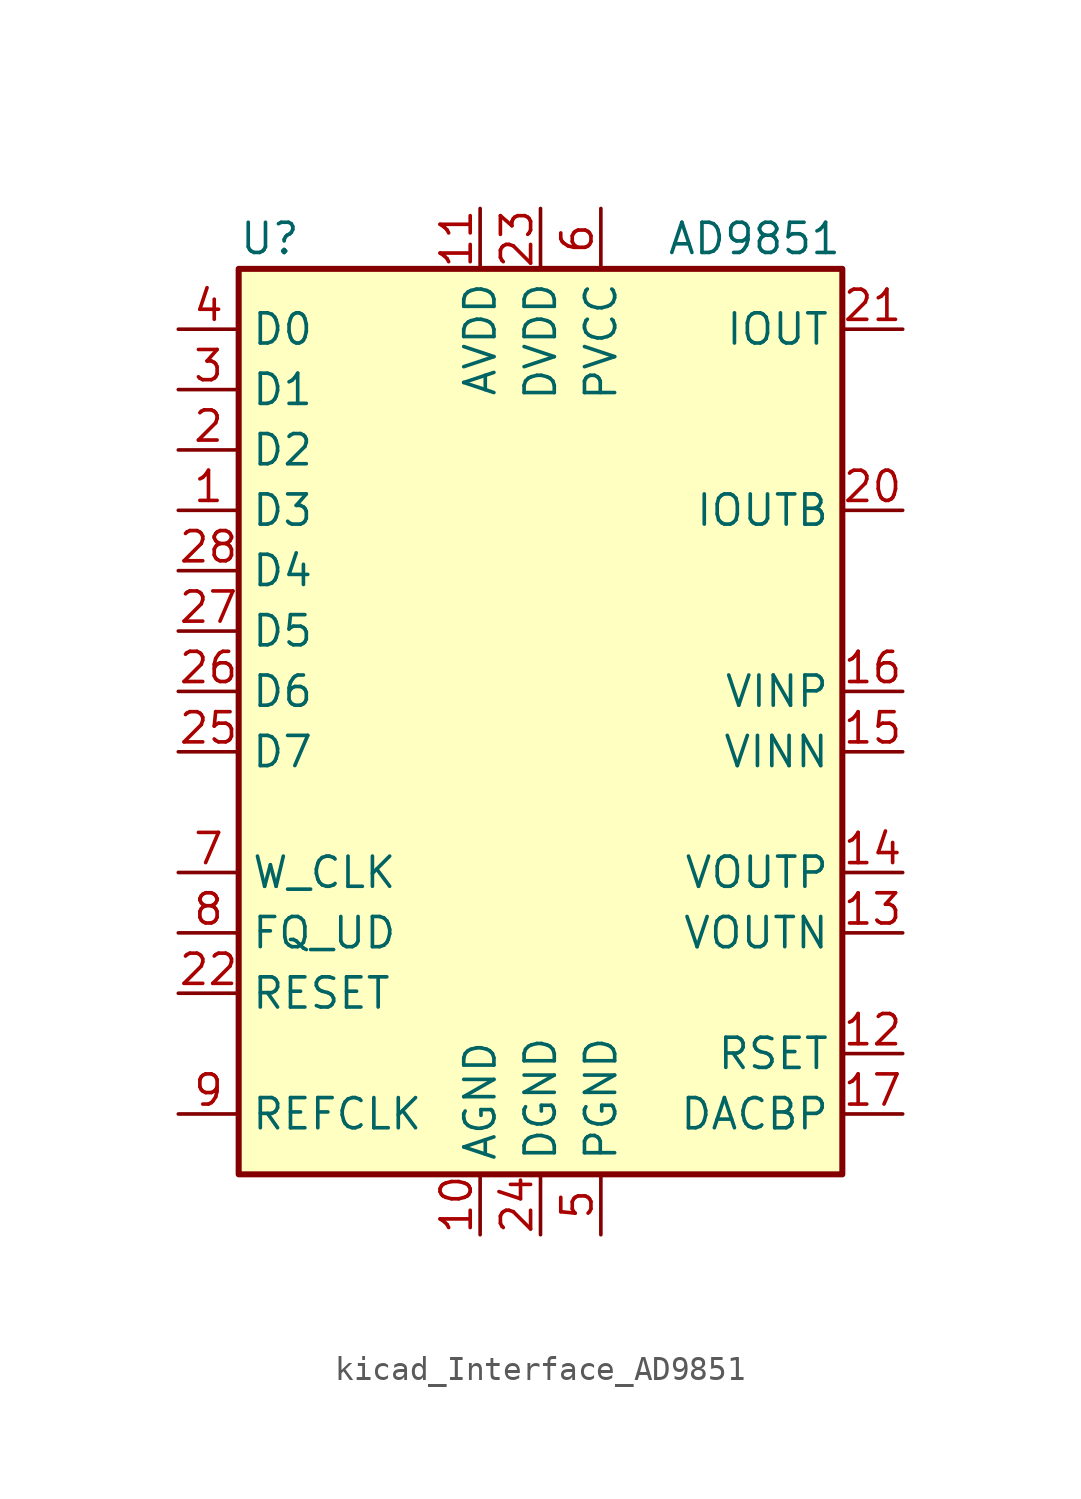
<source format=kicad_sym>
(kicad_symbol_lib
  (version 20220914)
  (generator kicad_symbol_editor)
  (symbol "kicad_Interface_AD9851"
    (property "Reference" "U"
      (at -12.7 19.05 0)
      (effects (font (size 1.27 1.27)) (justify left)))
    (property "Value" "AD9851"
      (at 12.7 19.05 0)
      (effects (font (size 1.27 1.27)) (justify right)))
    (symbol "kicad_Interface_AD9851_0_1"
      (rectangle (start -12.7 17.78) (end 12.7 -20.32) (stroke (width 0.254) (type default)) (fill (type background))))
    (symbol "kicad_Interface_AD9851_1_1"
      (pin input line (at -15.24 7.62 0) (length 2.54) (name "D3" (effects (font (size 1.27 1.27)))) (number "1" (effects (font (size 1.27 1.27)))))
      (pin power_in line (at -2.54 -22.86 90) (length 2.54) (name "AGND" (effects (font (size 1.27 1.27)))) (number "10" (effects (font (size 1.27 1.27)))))
      (pin power_in line (at -2.54 20.32 270) (length 2.54) (name "AVDD" (effects (font (size 1.27 1.27)))) (number "11" (effects (font (size 1.27 1.27)))))
      (pin passive line (at 15.24 -15.24 180) (length 2.54) (name "RSET" (effects (font (size 1.27 1.27)))) (number "12" (effects (font (size 1.27 1.27)))))
      (pin output line (at 15.24 -10.16 180) (length 2.54) (name "VOUTN" (effects (font (size 1.27 1.27)))) (number "13" (effects (font (size 1.27 1.27)))))
      (pin output line (at 15.24 -7.62 180) (length 2.54) (name "VOUTP" (effects (font (size 1.27 1.27)))) (number "14" (effects (font (size 1.27 1.27)))))
      (pin input line (at 15.24 -2.54 180) (length 2.54) (name "VINN" (effects (font (size 1.27 1.27)))) (number "15" (effects (font (size 1.27 1.27)))))
      (pin input line (at 15.24 0 180) (length 2.54) (name "VINP" (effects (font (size 1.27 1.27)))) (number "16" (effects (font (size 1.27 1.27)))))
      (pin passive line (at 15.24 -17.78 180) (length 2.54) (name "DACBP" (effects (font (size 1.27 1.27)))) (number "17" (effects (font (size 1.27 1.27)))))
      (pin passive line (at -2.54 20.32 270) (length 2.54) hide (name "AVDD" (effects (font (size 1.27 1.27)))) (number "18" (effects (font (size 1.27 1.27)))))
      (pin passive line (at -2.54 -22.86 90) (length 2.54) hide (name "AGND" (effects (font (size 1.27 1.27)))) (number "19" (effects (font (size 1.27 1.27)))))
      (pin input line (at -15.24 10.16 0) (length 2.54) (name "D2" (effects (font (size 1.27 1.27)))) (number "2" (effects (font (size 1.27 1.27)))))
      (pin output line (at 15.24 7.62 180) (length 2.54) (name "IOUTB" (effects (font (size 1.27 1.27)))) (number "20" (effects (font (size 1.27 1.27)))))
      (pin output line (at 15.24 15.24 180) (length 2.54) (name "IOUT" (effects (font (size 1.27 1.27)))) (number "21" (effects (font (size 1.27 1.27)))))
      (pin input line (at -15.24 -12.7 0) (length 2.54) (name "RESET" (effects (font (size 1.27 1.27)))) (number "22" (effects (font (size 1.27 1.27)))))
      (pin power_in line (at 0 20.32 270) (length 2.54) (name "DVDD" (effects (font (size 1.27 1.27)))) (number "23" (effects (font (size 1.27 1.27)))))
      (pin power_in line (at 0 -22.86 90) (length 2.54) (name "DGND" (effects (font (size 1.27 1.27)))) (number "24" (effects (font (size 1.27 1.27)))))
      (pin input line (at -15.24 -2.54 0) (length 2.54) (name "D7" (effects (font (size 1.27 1.27)))) (number "25" (effects (font (size 1.27 1.27)))))
      (pin input line (at -15.24 0 0) (length 2.54) (name "D6" (effects (font (size 1.27 1.27)))) (number "26" (effects (font (size 1.27 1.27)))))
      (pin input line (at -15.24 2.54 0) (length 2.54) (name "D5" (effects (font (size 1.27 1.27)))) (number "27" (effects (font (size 1.27 1.27)))))
      (pin input line (at -15.24 5.08 0) (length 2.54) (name "D4" (effects (font (size 1.27 1.27)))) (number "28" (effects (font (size 1.27 1.27)))))
      (pin input line (at -15.24 12.7 0) (length 2.54) (name "D1" (effects (font (size 1.27 1.27)))) (number "3" (effects (font (size 1.27 1.27)))))
      (pin input line (at -15.24 15.24 0) (length 2.54) (name "D0" (effects (font (size 1.27 1.27)))) (number "4" (effects (font (size 1.27 1.27)))))
      (pin power_in line (at 2.54 -22.86 90) (length 2.54) (name "PGND" (effects (font (size 1.27 1.27)))) (number "5" (effects (font (size 1.27 1.27)))))
      (pin power_in line (at 2.54 20.32 270) (length 2.54) (name "PVCC" (effects (font (size 1.27 1.27)))) (number "6" (effects (font (size 1.27 1.27)))))
      (pin input line (at -15.24 -7.62 0) (length 2.54) (name "W_CLK" (effects (font (size 1.27 1.27)))) (number "7" (effects (font (size 1.27 1.27)))))
      (pin input line (at -15.24 -10.16 0) (length 2.54) (name "FQ_UD" (effects (font (size 1.27 1.27)))) (number "8" (effects (font (size 1.27 1.27)))))
      (pin input line (at -15.24 -17.78 0) (length 2.54) (name "REFCLK" (effects (font (size 1.27 1.27)))) (number "9" (effects (font (size 1.27 1.27))))))))
</source>
